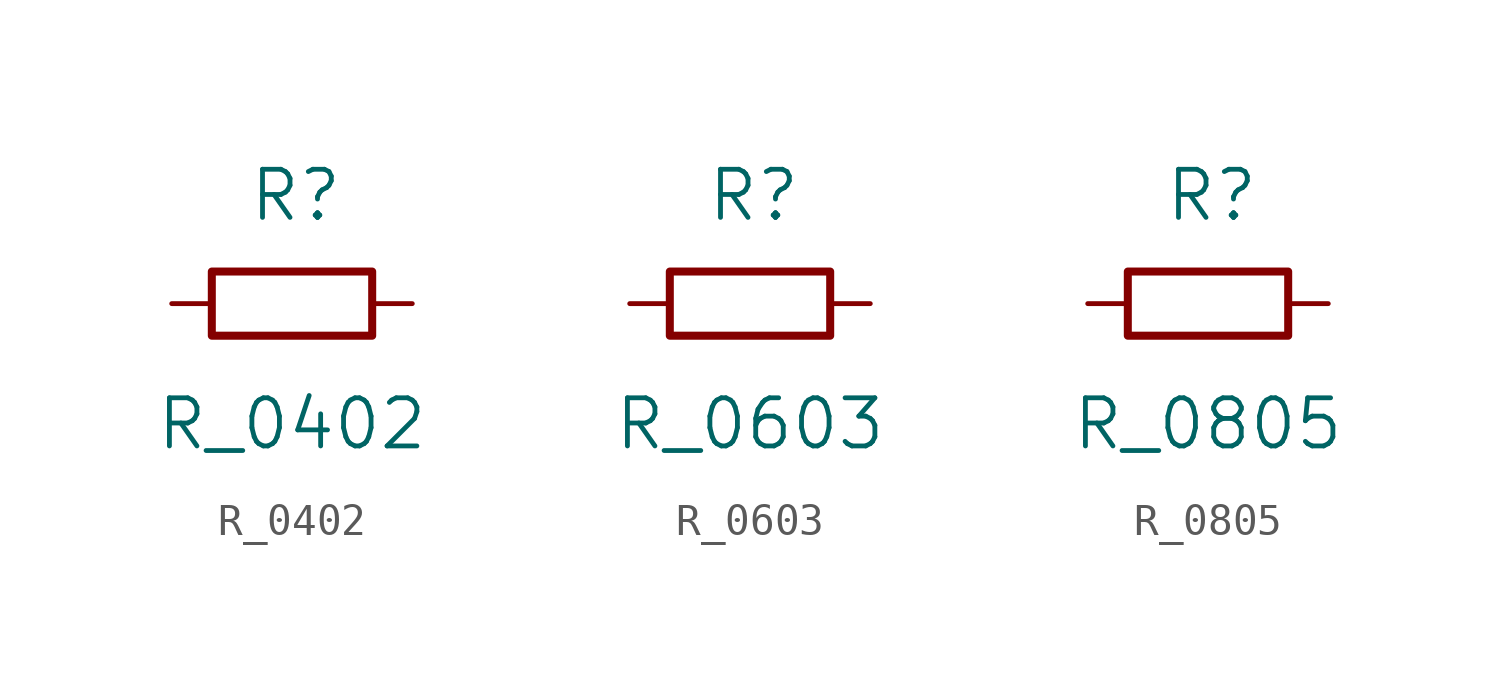
<source format=kicad_sym>
(kicad_symbol_lib
  (version 20211014)
  (generator kicad_symbol_editor)
  (symbol "R_0402"
    (pin_names
      (offset 0))
    (property "Reference" "R"
      (at -1.397 3.429 0)
      (effects (font (size 1.524 1.524)) (justify left)))
    (property "Value" "R_0402"
      (at 0 -3.81 0)
      (effects (font (size 1.524 1.524))))
    (property "Val" ""
      (at 0 -2.54 0)
      (effects (font (size 1.27 1.27))))
    (symbol "R_0402_1_1"
      (rectangle (start 2.54 -1.016) (end -2.54 1.016) (stroke (width 0.254) (type default) (color 0 0 0 0)) (fill (type none)))
      (pin passive line (at -3.81 0 0) (length 1.27) (name "~" (effects (font (size 0 0)))) (number "1" (effects (font (size 0 0)))))
      (pin passive line (at 3.81 0 180) (length 1.27) (name "~" (effects (font (size 0 0)))) (number "2" (effects (font (size 0 0)))))))
  (symbol "R_0603"
    (pin_names
      (offset 0))
    (property "Reference" "R"
      (at -1.397 3.429 0)
      (effects (font (size 1.524 1.524)) (justify left)))
    (property "Value" "R_0603"
      (at 0 -3.81 0)
      (effects (font (size 1.524 1.524))))
    (property "Val" ""
      (at 0 -2.54 0)
      (effects (font (size 1.27 1.27))))
    (symbol "R_0603_1_1"
      (rectangle (start 2.54 -1.016) (end -2.54 1.016) (stroke (width 0.254) (type default) (color 0 0 0 0)) (fill (type none)))
      (pin passive line (at -3.81 0 0) (length 1.27) (name "~" (effects (font (size 0 0)))) (number "1" (effects (font (size 0 0)))))
      (pin passive line (at 3.81 0 180) (length 1.27) (name "~" (effects (font (size 0 0)))) (number "2" (effects (font (size 0 0)))))))
  (symbol "R_0805"
    (pin_names
      (offset 0))
    (property "Reference" "R"
      (at -1.397 3.429 0)
      (effects (font (size 1.524 1.524)) (justify left)))
    (property "Value" "R_0805"
      (at 0 -3.81 0)
      (effects (font (size 1.524 1.524))))
    (property "Val" ""
      (at 0 -2.54 0)
      (effects (font (size 1.27 1.27))))
    (symbol "R_0805_1_1"
      (rectangle (start 2.54 -1.016) (end -2.54 1.016) (stroke (width 0.254) (type default) (color 0 0 0 0)) (fill (type none)))
      (pin passive line (at -3.81 0 0) (length 1.27) (name "~" (effects (font (size 0 0)))) (number "1" (effects (font (size 0 0)))))
      (pin passive line (at 3.81 0 180) (length 1.27) (name "~" (effects (font (size 0 0)))) (number "2" (effects (font (size 0 0))))))))
</source>
